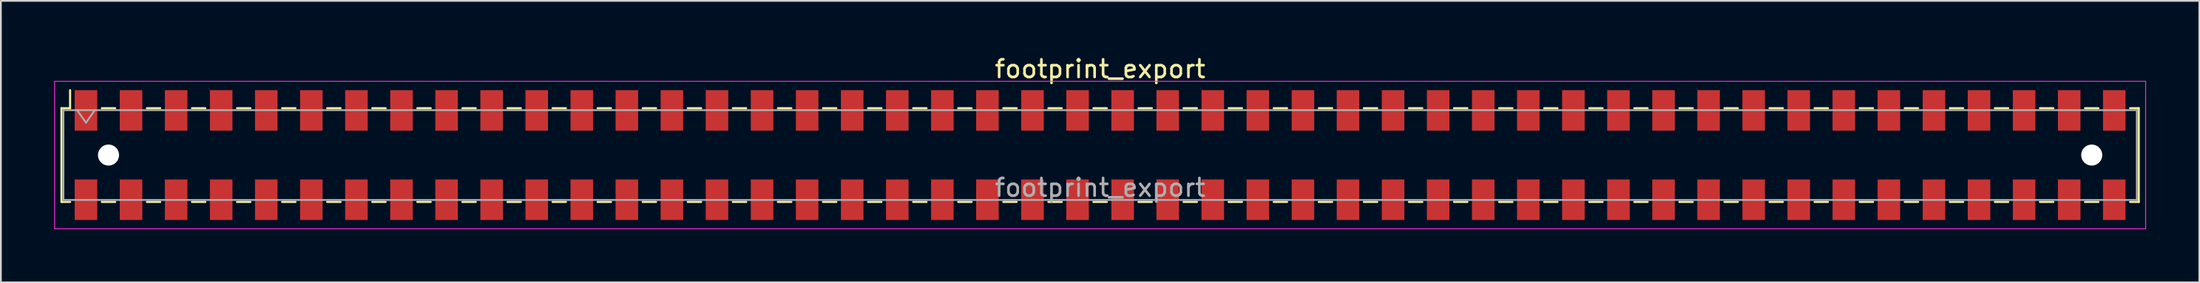
<source format=kicad_pcb>
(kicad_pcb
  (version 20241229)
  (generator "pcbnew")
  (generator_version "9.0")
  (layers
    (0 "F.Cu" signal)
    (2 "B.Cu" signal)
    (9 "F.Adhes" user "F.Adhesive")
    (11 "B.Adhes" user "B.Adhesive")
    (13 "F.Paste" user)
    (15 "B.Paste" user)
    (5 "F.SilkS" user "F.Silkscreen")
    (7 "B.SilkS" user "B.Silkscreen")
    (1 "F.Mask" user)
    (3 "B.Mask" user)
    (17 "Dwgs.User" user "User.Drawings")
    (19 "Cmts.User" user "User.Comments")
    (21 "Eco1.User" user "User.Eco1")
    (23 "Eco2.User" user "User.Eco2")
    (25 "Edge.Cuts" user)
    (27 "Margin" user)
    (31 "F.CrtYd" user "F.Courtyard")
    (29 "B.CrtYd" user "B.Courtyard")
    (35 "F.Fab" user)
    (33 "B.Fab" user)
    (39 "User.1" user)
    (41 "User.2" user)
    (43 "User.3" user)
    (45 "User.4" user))
  (footprint "footprint_export"
    (layer "F.Cu")
    (at 58.945 5.718)
    (property "Reference" "footprint_export" (at 0 -4.87 0) (layer "F.SilkS") (effects (font (size 1 1) (thickness 0.15))))
    (attr smd)
    (fp_line (start -58.53 -2.65) (end -58.53 2.65) (stroke (width 0.12) (type solid)) (layer "F.SilkS"))
    (fp_line (start -58.53 2.65) (end -58.045 2.65) (stroke (width 0.12) (type solid)) (layer "F.SilkS"))
    (fp_line (start -58.045 -3.67) (end -58.045 -2.65) (stroke (width 0.12) (type solid)) (layer "F.SilkS"))
    (fp_line (start -58.045 -2.65) (end -58.53 -2.65) (stroke (width 0.12) (type solid)) (layer "F.SilkS"))
    (fp_line (start -56.255 -2.65) (end -55.505 -2.65) (stroke (width 0.12) (type solid)) (layer "F.SilkS"))
    (fp_line (start -56.255 2.65) (end -55.505 2.65) (stroke (width 0.12) (type solid)) (layer "F.SilkS"))
    (fp_line (start -53.715 -2.65) (end -52.965 -2.65) (stroke (width 0.12) (type solid)) (layer "F.SilkS"))
    (fp_line (start -53.715 2.65) (end -52.965 2.65) (stroke (width 0.12) (type solid)) (layer "F.SilkS"))
    (fp_line (start -51.175 -2.65) (end -50.425 -2.65) (stroke (width 0.12) (type solid)) (layer "F.SilkS"))
    (fp_line (start -51.175 2.65) (end -50.425 2.65) (stroke (width 0.12) (type solid)) (layer "F.SilkS"))
    (fp_line (start -48.635 -2.65) (end -47.885 -2.65) (stroke (width 0.12) (type solid)) (layer "F.SilkS"))
    (fp_line (start -48.635 2.65) (end -47.885 2.65) (stroke (width 0.12) (type solid)) (layer "F.SilkS"))
    (fp_line (start -46.095 -2.65) (end -45.345 -2.65) (stroke (width 0.12) (type solid)) (layer "F.SilkS"))
    (fp_line (start -46.095 2.65) (end -45.345 2.65) (stroke (width 0.12) (type solid)) (layer "F.SilkS"))
    (fp_line (start -43.555 -2.65) (end -42.805 -2.65) (stroke (width 0.12) (type solid)) (layer "F.SilkS"))
    (fp_line (start -43.555 2.65) (end -42.805 2.65) (stroke (width 0.12) (type solid)) (layer "F.SilkS"))
    (fp_line (start -41.015 -2.65) (end -40.265 -2.65) (stroke (width 0.12) (type solid)) (layer "F.SilkS"))
    (fp_line (start -41.015 2.65) (end -40.265 2.65) (stroke (width 0.12) (type solid)) (layer "F.SilkS"))
    (fp_line (start -38.475 -2.65) (end -37.725 -2.65) (stroke (width 0.12) (type solid)) (layer "F.SilkS"))
    (fp_line (start -38.475 2.65) (end -37.725 2.65) (stroke (width 0.12) (type solid)) (layer "F.SilkS"))
    (fp_line (start -35.935 -2.65) (end -35.185 -2.65) (stroke (width 0.12) (type solid)) (layer "F.SilkS"))
    (fp_line (start -35.935 2.65) (end -35.185 2.65) (stroke (width 0.12) (type solid)) (layer "F.SilkS"))
    (fp_line (start -33.395 -2.65) (end -32.645 -2.65) (stroke (width 0.12) (type solid)) (layer "F.SilkS"))
    (fp_line (start -33.395 2.65) (end -32.645 2.65) (stroke (width 0.12) (type solid)) (layer "F.SilkS"))
    (fp_line (start -30.855 -2.65) (end -30.105 -2.65) (stroke (width 0.12) (type solid)) (layer "F.SilkS"))
    (fp_line (start -30.855 2.65) (end -30.105 2.65) (stroke (width 0.12) (type solid)) (layer "F.SilkS"))
    (fp_line (start -28.315 -2.65) (end -27.565 -2.65) (stroke (width 0.12) (type solid)) (layer "F.SilkS"))
    (fp_line (start -28.315 2.65) (end -27.565 2.65) (stroke (width 0.12) (type solid)) (layer "F.SilkS"))
    (fp_line (start -25.775 -2.65) (end -25.025 -2.65) (stroke (width 0.12) (type solid)) (layer "F.SilkS"))
    (fp_line (start -25.775 2.65) (end -25.025 2.65) (stroke (width 0.12) (type solid)) (layer "F.SilkS"))
    (fp_line (start -23.235 -2.65) (end -22.485 -2.65) (stroke (width 0.12) (type solid)) (layer "F.SilkS"))
    (fp_line (start -23.235 2.65) (end -22.485 2.65) (stroke (width 0.12) (type solid)) (layer "F.SilkS"))
    (fp_line (start -20.695 -2.65) (end -19.945 -2.65) (stroke (width 0.12) (type solid)) (layer "F.SilkS"))
    (fp_line (start -20.695 2.65) (end -19.945 2.65) (stroke (width 0.12) (type solid)) (layer "F.SilkS"))
    (fp_line (start -18.155 -2.65) (end -17.405 -2.65) (stroke (width 0.12) (type solid)) (layer "F.SilkS"))
    (fp_line (start -18.155 2.65) (end -17.405 2.65) (stroke (width 0.12) (type solid)) (layer "F.SilkS"))
    (fp_line (start -15.615 -2.65) (end -14.865 -2.65) (stroke (width 0.12) (type solid)) (layer "F.SilkS"))
    (fp_line (start -15.615 2.65) (end -14.865 2.65) (stroke (width 0.12) (type solid)) (layer "F.SilkS"))
    (fp_line (start -13.075 -2.65) (end -12.325 -2.65) (stroke (width 0.12) (type solid)) (layer "F.SilkS"))
    (fp_line (start -13.075 2.65) (end -12.325 2.65) (stroke (width 0.12) (type solid)) (layer "F.SilkS"))
    (fp_line (start -10.535 -2.65) (end -9.785 -2.65) (stroke (width 0.12) (type solid)) (layer "F.SilkS"))
    (fp_line (start -10.535 2.65) (end -9.785 2.65) (stroke (width 0.12) (type solid)) (layer "F.SilkS"))
    (fp_line (start -7.995 -2.65) (end -7.245 -2.65) (stroke (width 0.12) (type solid)) (layer "F.SilkS"))
    (fp_line (start -7.995 2.65) (end -7.245 2.65) (stroke (width 0.12) (type solid)) (layer "F.SilkS"))
    (fp_line (start -5.455 -2.65) (end -4.705 -2.65) (stroke (width 0.12) (type solid)) (layer "F.SilkS"))
    (fp_line (start -5.455 2.65) (end -4.705 2.65) (stroke (width 0.12) (type solid)) (layer "F.SilkS"))
    (fp_line (start -2.915 -2.65) (end -2.165 -2.65) (stroke (width 0.12) (type solid)) (layer "F.SilkS"))
    (fp_line (start -2.915 2.65) (end -2.165 2.65) (stroke (width 0.12) (type solid)) (layer "F.SilkS"))
    (fp_line (start -0.375 -2.65) (end 0.375 -2.65) (stroke (width 0.12) (type solid)) (layer "F.SilkS"))
    (fp_line (start -0.375 2.65) (end 0.375 2.65) (stroke (width 0.12) (type solid)) (layer "F.SilkS"))
    (fp_line (start 2.165 -2.65) (end 2.915 -2.65) (stroke (width 0.12) (type solid)) (layer "F.SilkS"))
    (fp_line (start 2.165 2.65) (end 2.915 2.65) (stroke (width 0.12) (type solid)) (layer "F.SilkS"))
    (fp_line (start 4.705 -2.65) (end 5.455 -2.65) (stroke (width 0.12) (type solid)) (layer "F.SilkS"))
    (fp_line (start 4.705 2.65) (end 5.455 2.65) (stroke (width 0.12) (type solid)) (layer "F.SilkS"))
    (fp_line (start 7.245 -2.65) (end 7.995 -2.65) (stroke (width 0.12) (type solid)) (layer "F.SilkS"))
    (fp_line (start 7.245 2.65) (end 7.995 2.65) (stroke (width 0.12) (type solid)) (layer "F.SilkS"))
    (fp_line (start 9.785 -2.65) (end 10.535 -2.65) (stroke (width 0.12) (type solid)) (layer "F.SilkS"))
    (fp_line (start 9.785 2.65) (end 10.535 2.65) (stroke (width 0.12) (type solid)) (layer "F.SilkS"))
    (fp_line (start 12.325 -2.65) (end 13.075 -2.65) (stroke (width 0.12) (type solid)) (layer "F.SilkS"))
    (fp_line (start 12.325 2.65) (end 13.075 2.65) (stroke (width 0.12) (type solid)) (layer "F.SilkS"))
    (fp_line (start 14.865 -2.65) (end 15.615 -2.65) (stroke (width 0.12) (type solid)) (layer "F.SilkS"))
    (fp_line (start 14.865 2.65) (end 15.615 2.65) (stroke (width 0.12) (type solid)) (layer "F.SilkS"))
    (fp_line (start 17.405 -2.65) (end 18.155 -2.65) (stroke (width 0.12) (type solid)) (layer "F.SilkS"))
    (fp_line (start 17.405 2.65) (end 18.155 2.65) (stroke (width 0.12) (type solid)) (layer "F.SilkS"))
    (fp_line (start 19.945 -2.65) (end 20.695 -2.65) (stroke (width 0.12) (type solid)) (layer "F.SilkS"))
    (fp_line (start 19.945 2.65) (end 20.695 2.65) (stroke (width 0.12) (type solid)) (layer "F.SilkS"))
    (fp_line (start 22.485 -2.65) (end 23.235 -2.65) (stroke (width 0.12) (type solid)) (layer "F.SilkS"))
    (fp_line (start 22.485 2.65) (end 23.235 2.65) (stroke (width 0.12) (type solid)) (layer "F.SilkS"))
    (fp_line (start 25.025 -2.65) (end 25.775 -2.65) (stroke (width 0.12) (type solid)) (layer "F.SilkS"))
    (fp_line (start 25.025 2.65) (end 25.775 2.65) (stroke (width 0.12) (type solid)) (layer "F.SilkS"))
    (fp_line (start 27.565 -2.65) (end 28.315 -2.65) (stroke (width 0.12) (type solid)) (layer "F.SilkS"))
    (fp_line (start 27.565 2.65) (end 28.315 2.65) (stroke (width 0.12) (type solid)) (layer "F.SilkS"))
    (fp_line (start 30.105 -2.65) (end 30.855 -2.65) (stroke (width 0.12) (type solid)) (layer "F.SilkS"))
    (fp_line (start 30.105 2.65) (end 30.855 2.65) (stroke (width 0.12) (type solid)) (layer "F.SilkS"))
    (fp_line (start 32.645 -2.65) (end 33.395 -2.65) (stroke (width 0.12) (type solid)) (layer "F.SilkS"))
    (fp_line (start 32.645 2.65) (end 33.395 2.65) (stroke (width 0.12) (type solid)) (layer "F.SilkS"))
    (fp_line (start 35.185 -2.65) (end 35.935 -2.65) (stroke (width 0.12) (type solid)) (layer "F.SilkS"))
    (fp_line (start 35.185 2.65) (end 35.935 2.65) (stroke (width 0.12) (type solid)) (layer "F.SilkS"))
    (fp_line (start 37.725 -2.65) (end 38.475 -2.65) (stroke (width 0.12) (type solid)) (layer "F.SilkS"))
    (fp_line (start 37.725 2.65) (end 38.475 2.65) (stroke (width 0.12) (type solid)) (layer "F.SilkS"))
    (fp_line (start 40.265 -2.65) (end 41.015 -2.65) (stroke (width 0.12) (type solid)) (layer "F.SilkS"))
    (fp_line (start 40.265 2.65) (end 41.015 2.65) (stroke (width 0.12) (type solid)) (layer "F.SilkS"))
    (fp_line (start 42.805 -2.65) (end 43.555 -2.65) (stroke (width 0.12) (type solid)) (layer "F.SilkS"))
    (fp_line (start 42.805 2.65) (end 43.555 2.65) (stroke (width 0.12) (type solid)) (layer "F.SilkS"))
    (fp_line (start 45.345 -2.65) (end 46.095 -2.65) (stroke (width 0.12) (type solid)) (layer "F.SilkS"))
    (fp_line (start 45.345 2.65) (end 46.095 2.65) (stroke (width 0.12) (type solid)) (layer "F.SilkS"))
    (fp_line (start 47.885 -2.65) (end 48.635 -2.65) (stroke (width 0.12) (type solid)) (layer "F.SilkS"))
    (fp_line (start 47.885 2.65) (end 48.635 2.65) (stroke (width 0.12) (type solid)) (layer "F.SilkS"))
    (fp_line (start 50.425 -2.65) (end 51.175 -2.65) (stroke (width 0.12) (type solid)) (layer "F.SilkS"))
    (fp_line (start 50.425 2.65) (end 51.175 2.65) (stroke (width 0.12) (type solid)) (layer "F.SilkS"))
    (fp_line (start 52.965 -2.65) (end 53.715 -2.65) (stroke (width 0.12) (type solid)) (layer "F.SilkS"))
    (fp_line (start 52.965 2.65) (end 53.715 2.65) (stroke (width 0.12) (type solid)) (layer "F.SilkS"))
    (fp_line (start 55.505 -2.65) (end 56.255 -2.65) (stroke (width 0.12) (type solid)) (layer "F.SilkS"))
    (fp_line (start 55.505 2.65) (end 56.255 2.65) (stroke (width 0.12) (type solid)) (layer "F.SilkS"))
    (fp_line (start 58.045 -2.65) (end 58.53 -2.65) (stroke (width 0.12) (type solid)) (layer "F.SilkS"))
    (fp_line (start 58.53 -2.65) (end 58.53 2.65) (stroke (width 0.12) (type solid)) (layer "F.SilkS"))
    (fp_line (start 58.53 2.65) (end 58.045 2.65) (stroke (width 0.12) (type solid)) (layer "F.SilkS"))
    (fp_line (start -58.92 -4.17) (end 58.92 -4.17) (stroke (width 0.05) (type solid)) (layer "F.CrtYd"))
    (fp_line (start -58.92 4.17) (end -58.92 -4.17) (stroke (width 0.05) (type solid)) (layer "F.CrtYd"))
    (fp_line (start 58.92 -4.17) (end 58.92 4.17) (stroke (width 0.05) (type solid)) (layer "F.CrtYd"))
    (fp_line (start 58.92 4.17) (end -58.92 4.17) (stroke (width 0.05) (type solid)) (layer "F.CrtYd"))
    (fp_line (start -58.42 -2.54) (end 58.42 -2.54) (stroke (width 0.1) (type solid)) (layer "F.Fab"))
    (fp_line (start -58.42 2.54) (end -58.42 -2.54) (stroke (width 0.1) (type solid)) (layer "F.Fab"))
    (fp_line (start -57.65 -2.54) (end -57.15 -1.833) (stroke (width 0.1) (type solid)) (layer "F.Fab"))
    (fp_line (start -57.15 -1.833) (end -56.65 -2.54) (stroke (width 0.1) (type solid)) (layer "F.Fab"))
    (fp_line (start 58.42 -2.54) (end 58.42 2.54) (stroke (width 0.1) (type solid)) (layer "F.Fab"))
    (fp_line (start 58.42 2.54) (end -58.42 2.54) (stroke (width 0.1) (type solid)) (layer "F.Fab"))
    (fp_text user "${REFERENCE}" (at 0 1.84 0) (layer "F.Fab") (effects (font (size 1 1) (thickness 0.15))))
    (pad "" np_thru_hole circle (at -55.88 0) (size 1.19 1.19) (drill 1.19) (layers "*.Cu" "*.Mask"))
    (pad "" np_thru_hole circle (at 55.88 0) (size 1.19 1.19) (drill 1.19) (layers "*.Cu" "*.Mask"))
    (pad "1" smd rect (at -57.15 -2.525) (size 1.27 2.29) (layers "F.Cu" "F.Mask" "F.Paste"))
    (pad "2" smd rect (at -57.15 2.525) (size 1.27 2.29) (layers "F.Cu" "F.Mask" "F.Paste"))
    (pad "3" smd rect (at -54.61 -2.525) (size 1.27 2.29) (layers "F.Cu" "F.Mask" "F.Paste"))
    (pad "4" smd rect (at -54.61 2.525) (size 1.27 2.29) (layers "F.Cu" "F.Mask" "F.Paste"))
    (pad "5" smd rect (at -52.07 -2.525) (size 1.27 2.29) (layers "F.Cu" "F.Mask" "F.Paste"))
    (pad "6" smd rect (at -52.07 2.525) (size 1.27 2.29) (layers "F.Cu" "F.Mask" "F.Paste"))
    (pad "7" smd rect (at -49.53 -2.525) (size 1.27 2.29) (layers "F.Cu" "F.Mask" "F.Paste"))
    (pad "8" smd rect (at -49.53 2.525) (size 1.27 2.29) (layers "F.Cu" "F.Mask" "F.Paste"))
    (pad "9" smd rect (at -46.99 -2.525) (size 1.27 2.29) (layers "F.Cu" "F.Mask" "F.Paste"))
    (pad "10" smd rect (at -46.99 2.525) (size 1.27 2.29) (layers "F.Cu" "F.Mask" "F.Paste"))
    (pad "11" smd rect (at -44.45 -2.525) (size 1.27 2.29) (layers "F.Cu" "F.Mask" "F.Paste"))
    (pad "12" smd rect (at -44.45 2.525) (size 1.27 2.29) (layers "F.Cu" "F.Mask" "F.Paste"))
    (pad "13" smd rect (at -41.91 -2.525) (size 1.27 2.29) (layers "F.Cu" "F.Mask" "F.Paste"))
    (pad "14" smd rect (at -41.91 2.525) (size 1.27 2.29) (layers "F.Cu" "F.Mask" "F.Paste"))
    (pad "15" smd rect (at -39.37 -2.525) (size 1.27 2.29) (layers "F.Cu" "F.Mask" "F.Paste"))
    (pad "16" smd rect (at -39.37 2.525) (size 1.27 2.29) (layers "F.Cu" "F.Mask" "F.Paste"))
    (pad "17" smd rect (at -36.83 -2.525) (size 1.27 2.29) (layers "F.Cu" "F.Mask" "F.Paste"))
    (pad "18" smd rect (at -36.83 2.525) (size 1.27 2.29) (layers "F.Cu" "F.Mask" "F.Paste"))
    (pad "19" smd rect (at -34.29 -2.525) (size 1.27 2.29) (layers "F.Cu" "F.Mask" "F.Paste"))
    (pad "20" smd rect (at -34.29 2.525) (size 1.27 2.29) (layers "F.Cu" "F.Mask" "F.Paste"))
    (pad "21" smd rect (at -31.75 -2.525) (size 1.27 2.29) (layers "F.Cu" "F.Mask" "F.Paste"))
    (pad "22" smd rect (at -31.75 2.525) (size 1.27 2.29) (layers "F.Cu" "F.Mask" "F.Paste"))
    (pad "23" smd rect (at -29.21 -2.525) (size 1.27 2.29) (layers "F.Cu" "F.Mask" "F.Paste"))
    (pad "24" smd rect (at -29.21 2.525) (size 1.27 2.29) (layers "F.Cu" "F.Mask" "F.Paste"))
    (pad "25" smd rect (at -26.67 -2.525) (size 1.27 2.29) (layers "F.Cu" "F.Mask" "F.Paste"))
    (pad "26" smd rect (at -26.67 2.525) (size 1.27 2.29) (layers "F.Cu" "F.Mask" "F.Paste"))
    (pad "27" smd rect (at -24.13 -2.525) (size 1.27 2.29) (layers "F.Cu" "F.Mask" "F.Paste"))
    (pad "28" smd rect (at -24.13 2.525) (size 1.27 2.29) (layers "F.Cu" "F.Mask" "F.Paste"))
    (pad "29" smd rect (at -21.59 -2.525) (size 1.27 2.29) (layers "F.Cu" "F.Mask" "F.Paste"))
    (pad "30" smd rect (at -21.59 2.525) (size 1.27 2.29) (layers "F.Cu" "F.Mask" "F.Paste"))
    (pad "31" smd rect (at -19.05 -2.525) (size 1.27 2.29) (layers "F.Cu" "F.Mask" "F.Paste"))
    (pad "32" smd rect (at -19.05 2.525) (size 1.27 2.29) (layers "F.Cu" "F.Mask" "F.Paste"))
    (pad "33" smd rect (at -16.51 -2.525) (size 1.27 2.29) (layers "F.Cu" "F.Mask" "F.Paste"))
    (pad "34" smd rect (at -16.51 2.525) (size 1.27 2.29) (layers "F.Cu" "F.Mask" "F.Paste"))
    (pad "35" smd rect (at -13.97 -2.525) (size 1.27 2.29) (layers "F.Cu" "F.Mask" "F.Paste"))
    (pad "36" smd rect (at -13.97 2.525) (size 1.27 2.29) (layers "F.Cu" "F.Mask" "F.Paste"))
    (pad "37" smd rect (at -11.43 -2.525) (size 1.27 2.29) (layers "F.Cu" "F.Mask" "F.Paste"))
    (pad "38" smd rect (at -11.43 2.525) (size 1.27 2.29) (layers "F.Cu" "F.Mask" "F.Paste"))
    (pad "39" smd rect (at -8.89 -2.525) (size 1.27 2.29) (layers "F.Cu" "F.Mask" "F.Paste"))
    (pad "40" smd rect (at -8.89 2.525) (size 1.27 2.29) (layers "F.Cu" "F.Mask" "F.Paste"))
    (pad "41" smd rect (at -6.35 -2.525) (size 1.27 2.29) (layers "F.Cu" "F.Mask" "F.Paste"))
    (pad "42" smd rect (at -6.35 2.525) (size 1.27 2.29) (layers "F.Cu" "F.Mask" "F.Paste"))
    (pad "43" smd rect (at -3.81 -2.525) (size 1.27 2.29) (layers "F.Cu" "F.Mask" "F.Paste"))
    (pad "44" smd rect (at -3.81 2.525) (size 1.27 2.29) (layers "F.Cu" "F.Mask" "F.Paste"))
    (pad "45" smd rect (at -1.27 -2.525) (size 1.27 2.29) (layers "F.Cu" "F.Mask" "F.Paste"))
    (pad "46" smd rect (at -1.27 2.525) (size 1.27 2.29) (layers "F.Cu" "F.Mask" "F.Paste"))
    (pad "47" smd rect (at 1.27 -2.525) (size 1.27 2.29) (layers "F.Cu" "F.Mask" "F.Paste"))
    (pad "48" smd rect (at 1.27 2.525) (size 1.27 2.29) (layers "F.Cu" "F.Mask" "F.Paste"))
    (pad "49" smd rect (at 3.81 -2.525) (size 1.27 2.29) (layers "F.Cu" "F.Mask" "F.Paste"))
    (pad "50" smd rect (at 3.81 2.525) (size 1.27 2.29) (layers "F.Cu" "F.Mask" "F.Paste"))
    (pad "51" smd rect (at 6.35 -2.525) (size 1.27 2.29) (layers "F.Cu" "F.Mask" "F.Paste"))
    (pad "52" smd rect (at 6.35 2.525) (size 1.27 2.29) (layers "F.Cu" "F.Mask" "F.Paste"))
    (pad "53" smd rect (at 8.89 -2.525) (size 1.27 2.29) (layers "F.Cu" "F.Mask" "F.Paste"))
    (pad "54" smd rect (at 8.89 2.525) (size 1.27 2.29) (layers "F.Cu" "F.Mask" "F.Paste"))
    (pad "55" smd rect (at 11.43 -2.525) (size 1.27 2.29) (layers "F.Cu" "F.Mask" "F.Paste"))
    (pad "56" smd rect (at 11.43 2.525) (size 1.27 2.29) (layers "F.Cu" "F.Mask" "F.Paste"))
    (pad "57" smd rect (at 13.97 -2.525) (size 1.27 2.29) (layers "F.Cu" "F.Mask" "F.Paste"))
    (pad "58" smd rect (at 13.97 2.525) (size 1.27 2.29) (layers "F.Cu" "F.Mask" "F.Paste"))
    (pad "59" smd rect (at 16.51 -2.525) (size 1.27 2.29) (layers "F.Cu" "F.Mask" "F.Paste"))
    (pad "60" smd rect (at 16.51 2.525) (size 1.27 2.29) (layers "F.Cu" "F.Mask" "F.Paste"))
    (pad "61" smd rect (at 19.05 -2.525) (size 1.27 2.29) (layers "F.Cu" "F.Mask" "F.Paste"))
    (pad "62" smd rect (at 19.05 2.525) (size 1.27 2.29) (layers "F.Cu" "F.Mask" "F.Paste"))
    (pad "63" smd rect (at 21.59 -2.525) (size 1.27 2.29) (layers "F.Cu" "F.Mask" "F.Paste"))
    (pad "64" smd rect (at 21.59 2.525) (size 1.27 2.29) (layers "F.Cu" "F.Mask" "F.Paste"))
    (pad "65" smd rect (at 24.13 -2.525) (size 1.27 2.29) (layers "F.Cu" "F.Mask" "F.Paste"))
    (pad "66" smd rect (at 24.13 2.525) (size 1.27 2.29) (layers "F.Cu" "F.Mask" "F.Paste"))
    (pad "67" smd rect (at 26.67 -2.525) (size 1.27 2.29) (layers "F.Cu" "F.Mask" "F.Paste"))
    (pad "68" smd rect (at 26.67 2.525) (size 1.27 2.29) (layers "F.Cu" "F.Mask" "F.Paste"))
    (pad "69" smd rect (at 29.21 -2.525) (size 1.27 2.29) (layers "F.Cu" "F.Mask" "F.Paste"))
    (pad "70" smd rect (at 29.21 2.525) (size 1.27 2.29) (layers "F.Cu" "F.Mask" "F.Paste"))
    (pad "71" smd rect (at 31.75 -2.525) (size 1.27 2.29) (layers "F.Cu" "F.Mask" "F.Paste"))
    (pad "72" smd rect (at 31.75 2.525) (size 1.27 2.29) (layers "F.Cu" "F.Mask" "F.Paste"))
    (pad "73" smd rect (at 34.29 -2.525) (size 1.27 2.29) (layers "F.Cu" "F.Mask" "F.Paste"))
    (pad "74" smd rect (at 34.29 2.525) (size 1.27 2.29) (layers "F.Cu" "F.Mask" "F.Paste"))
    (pad "75" smd rect (at 36.83 -2.525) (size 1.27 2.29) (layers "F.Cu" "F.Mask" "F.Paste"))
    (pad "76" smd rect (at 36.83 2.525) (size 1.27 2.29) (layers "F.Cu" "F.Mask" "F.Paste"))
    (pad "77" smd rect (at 39.37 -2.525) (size 1.27 2.29) (layers "F.Cu" "F.Mask" "F.Paste"))
    (pad "78" smd rect (at 39.37 2.525) (size 1.27 2.29) (layers "F.Cu" "F.Mask" "F.Paste"))
    (pad "79" smd rect (at 41.91 -2.525) (size 1.27 2.29) (layers "F.Cu" "F.Mask" "F.Paste"))
    (pad "80" smd rect (at 41.91 2.525) (size 1.27 2.29) (layers "F.Cu" "F.Mask" "F.Paste"))
    (pad "81" smd rect (at 44.45 -2.525) (size 1.27 2.29) (layers "F.Cu" "F.Mask" "F.Paste"))
    (pad "82" smd rect (at 44.45 2.525) (size 1.27 2.29) (layers "F.Cu" "F.Mask" "F.Paste"))
    (pad "83" smd rect (at 46.99 -2.525) (size 1.27 2.29) (layers "F.Cu" "F.Mask" "F.Paste"))
    (pad "84" smd rect (at 46.99 2.525) (size 1.27 2.29) (layers "F.Cu" "F.Mask" "F.Paste"))
    (pad "85" smd rect (at 49.53 -2.525) (size 1.27 2.29) (layers "F.Cu" "F.Mask" "F.Paste"))
    (pad "86" smd rect (at 49.53 2.525) (size 1.27 2.29) (layers "F.Cu" "F.Mask" "F.Paste"))
    (pad "87" smd rect (at 52.07 -2.525) (size 1.27 2.29) (layers "F.Cu" "F.Mask" "F.Paste"))
    (pad "88" smd rect (at 52.07 2.525) (size 1.27 2.29) (layers "F.Cu" "F.Mask" "F.Paste"))
    (pad "89" smd rect (at 54.61 -2.525) (size 1.27 2.29) (layers "F.Cu" "F.Mask" "F.Paste"))
    (pad "90" smd rect (at 54.61 2.525) (size 1.27 2.29) (layers "F.Cu" "F.Mask" "F.Paste"))
    (pad "91" smd rect (at 57.15 -2.525) (size 1.27 2.29) (layers "F.Cu" "F.Mask" "F.Paste"))
    (pad "92" smd rect (at 57.15 2.525) (size 1.27 2.29) (layers "F.Cu" "F.Mask" "F.Paste")))
  (gr_rect
    (start -3 -3)
    (end 120.89 12.913)
    (stroke (width 0.1) (type default))
    (fill no)
    (layer "Edge.Cuts")))
</source>
